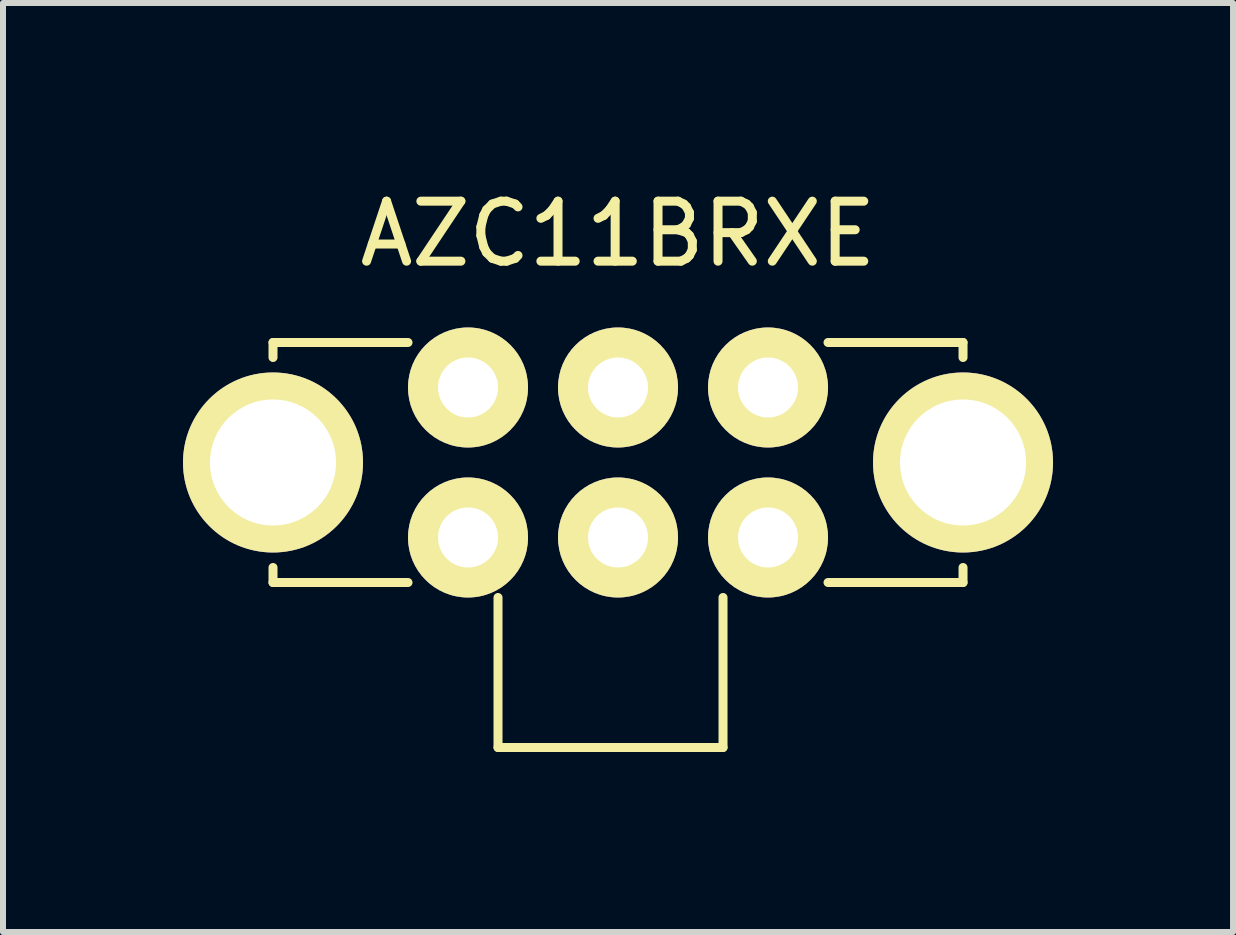
<source format=kicad_pcb>
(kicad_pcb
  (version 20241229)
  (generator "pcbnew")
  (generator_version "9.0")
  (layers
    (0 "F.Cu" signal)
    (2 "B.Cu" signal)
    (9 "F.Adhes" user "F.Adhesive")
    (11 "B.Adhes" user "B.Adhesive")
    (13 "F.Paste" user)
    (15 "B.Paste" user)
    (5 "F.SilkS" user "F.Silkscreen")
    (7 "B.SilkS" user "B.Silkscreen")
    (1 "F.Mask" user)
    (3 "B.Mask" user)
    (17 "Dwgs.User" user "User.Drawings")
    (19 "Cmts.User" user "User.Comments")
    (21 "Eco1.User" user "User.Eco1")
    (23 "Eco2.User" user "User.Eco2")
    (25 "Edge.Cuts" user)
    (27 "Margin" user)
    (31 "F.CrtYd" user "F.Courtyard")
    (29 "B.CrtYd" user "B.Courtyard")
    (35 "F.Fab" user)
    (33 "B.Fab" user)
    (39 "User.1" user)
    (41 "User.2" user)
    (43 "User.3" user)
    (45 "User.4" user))
  (footprint "AZC11BRXE"
    (layer "F.Cu")
    (at 7.25 4.658)
    (property "Reference" "AZC11BRXE" (at 0 -3.81 0) (layer "F.SilkS") (effects (font (size 1 1) (thickness 0.15))))
    (attr through_hole)
    (fp_line (start -5.75 -2) (end -5.75 -1.75) (stroke (width 0.15) (type solid)) (layer "F.SilkS"))
    (fp_line (start -5.75 1.75) (end -5.75 2) (stroke (width 0.15) (type solid)) (layer "F.SilkS"))
    (fp_line (start -5.75 2) (end -3.5 2) (stroke (width 0.15) (type solid)) (layer "F.SilkS"))
    (fp_line (start -3.5 -2) (end -5.75 -2) (stroke (width 0.15) (type solid)) (layer "F.SilkS"))
    (fp_line (start -2 2.25) (end -2 4.75) (stroke (width 0.15) (type solid)) (layer "F.SilkS"))
    (fp_line (start -2 4.75) (end 1.5 4.75) (stroke (width 0.15) (type solid)) (layer "F.SilkS"))
    (fp_line (start 1.75 2.25) (end 1.75 4.75) (stroke (width 0.15) (type solid)) (layer "F.SilkS"))
    (fp_line (start 1.75 4.75) (end 1.5 4.75) (stroke (width 0.15) (type solid)) (layer "F.SilkS"))
    (fp_line (start 3.5 2) (end 5.75 2) (stroke (width 0.15) (type solid)) (layer "F.SilkS"))
    (fp_line (start 5.75 -2) (end 3.5 -2) (stroke (width 0.15) (type solid)) (layer "F.SilkS"))
    (fp_line (start 5.75 -2) (end 5.75 -1.75) (stroke (width 0.15) (type solid)) (layer "F.SilkS"))
    (fp_line (start 5.75 2) (end 5.75 1.75) (stroke (width 0.15) (type solid)) (layer "F.SilkS"))
    (pad "1" thru_hole circle (at -2.5 1.25) (size 2 2) (drill 1) (layers "*.Cu" "*.Mask" "F.SilkS"))
    (pad "2" thru_hole circle (at 0 1.25) (size 2 2) (drill 1) (layers "*.Cu" "*.Mask" "F.SilkS"))
    (pad "3" thru_hole circle (at 2.5 1.25) (size 2 2) (drill 1) (layers "*.Cu" "*.Mask" "F.SilkS"))
    (pad "4" thru_hole circle (at 2.5 -1.25) (size 2 2) (drill 1) (layers "*.Cu" "*.Mask" "F.SilkS"))
    (pad "5" thru_hole circle (at 0 -1.25) (size 2 2) (drill 1) (layers "*.Cu" "*.Mask" "F.SilkS"))
    (pad "6" thru_hole circle (at -2.5 -1.25) (size 2 2) (drill 1) (layers "*.Cu" "*.Mask" "F.SilkS"))
    (pad "7" thru_hole circle (at 5.75 0) (size 3 3) (drill 2.1) (layers "*.Cu" "*.Mask" "F.SilkS"))
    (pad "8" thru_hole circle (at -5.75 0) (size 3 3) (drill 2.1) (layers "*.Cu" "*.Mask" "F.SilkS")))
  (gr_rect
    (start -3 -3)
    (end 17.5 12.483)
    (stroke (width 0.1) (type default))
    (fill no)
    (layer "Edge.Cuts")))
</source>
